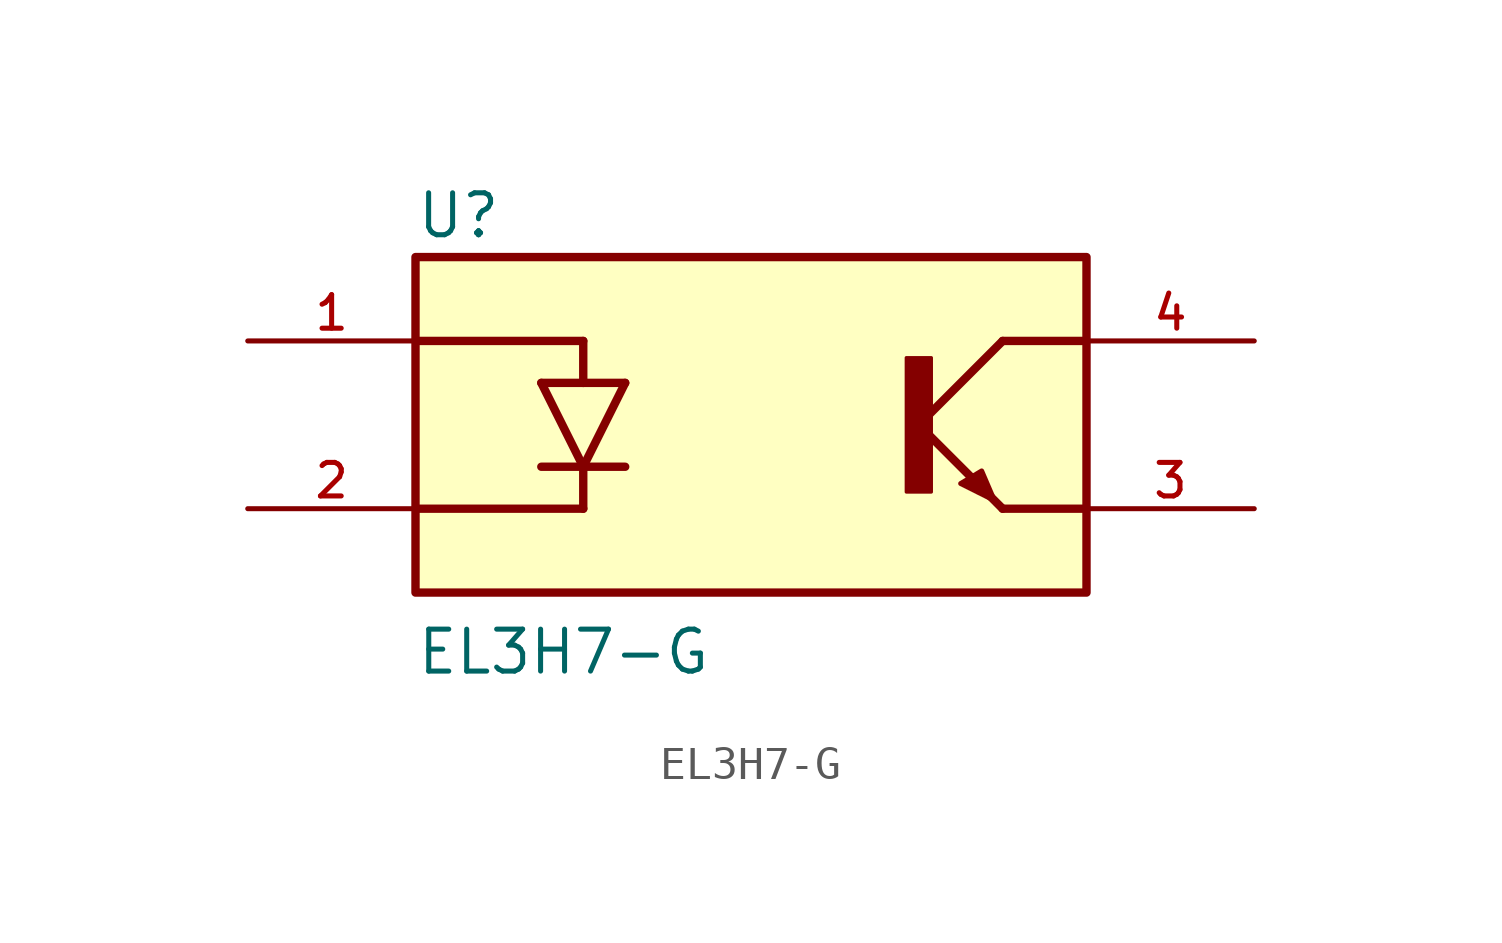
<source format=kicad_sym>
(kicad_symbol_lib
  (version 20211014)
  (generator kicad_symbol_editor)
  (symbol "EL3H7-G"
    (pin_names
      (offset 1.016))
    (property "Reference" "U"
      (at -10.165 5.593 0)
      (effects (font (size 1.27 1.27)) (justify bottom left)))
    (property "Value" "EL3H7-G"
      (at -10.161 -7.621 0)
      (effects (font (size 1.27 1.27)) (justify bottom left)))
    (symbol "EL3H7-G_0_0"
      (polyline (pts (xy 7.62 2.54) (xy 5.08 0.0)) (stroke (width 0.254)))
      (polyline (pts (xy 5.08 0.0) (xy 7.62 -2.54)) (stroke (width 0.254)))
      (rectangle (start 4.703 -2.034) (end 5.461 2.032) (stroke (width 0.1)) (fill (type outline)))
      (polyline (pts (xy 6.985 -1.397) (xy 7.366 -2.286) (xy 6.35 -1.778) (xy 6.985 -1.397)) (stroke (width 0.152)) (fill (type outline)))
      (polyline (pts (xy 7.62 -2.54) (xy 10.16 -2.54)) (stroke (width 0.254)))
      (polyline (pts (xy 7.62 2.54) (xy 10.16 2.54)) (stroke (width 0.254)))
      (polyline (pts (xy -6.35 1.27) (xy -5.08 -1.27)) (stroke (width 0.254)))
      (polyline (pts (xy -5.08 -1.27) (xy -3.81 1.27)) (stroke (width 0.254)))
      (polyline (pts (xy -6.35 -1.27) (xy -5.08 -1.27)) (stroke (width 0.254)))
      (polyline (pts (xy -5.08 -1.27) (xy -3.81 -1.27)) (stroke (width 0.254)))
      (polyline (pts (xy -6.35 1.27) (xy -5.08 1.27)) (stroke (width 0.254)))
      (polyline (pts (xy -5.08 1.27) (xy -3.81 1.27)) (stroke (width 0.254)))
      (polyline (pts (xy -5.08 -1.27) (xy -5.08 -2.54)) (stroke (width 0.254)))
      (polyline (pts (xy -5.08 1.27) (xy -5.08 2.54)) (stroke (width 0.254)))
      (polyline (pts (xy -10.16 2.54) (xy -5.08 2.54)) (stroke (width 0.254)))
      (polyline (pts (xy -10.16 -2.54) (xy -5.08 -2.54)) (stroke (width 0.254)))
      (rectangle (start -10.16 -5.08) (end 10.16 5.08) (stroke (width 0.254)) (fill (type background)))
      (pin passive line (at -15.24 2.54 0) (length 5.08) (name "~" (effects (font (size 1.016 1.016)))) (number "1" (effects (font (size 1.016 1.016)))))
      (pin passive line (at -15.24 -2.54 0) (length 5.08) (name "~" (effects (font (size 1.016 1.016)))) (number "2" (effects (font (size 1.016 1.016)))))
      (pin passive line (at 15.24 2.54 180.0) (length 5.08) (name "~" (effects (font (size 1.016 1.016)))) (number "4" (effects (font (size 1.016 1.016)))))
      (pin passive line (at 15.24 -2.54 180.0) (length 5.08) (name "~" (effects (font (size 1.016 1.016)))) (number "3" (effects (font (size 1.016 1.016))))))))
</source>
